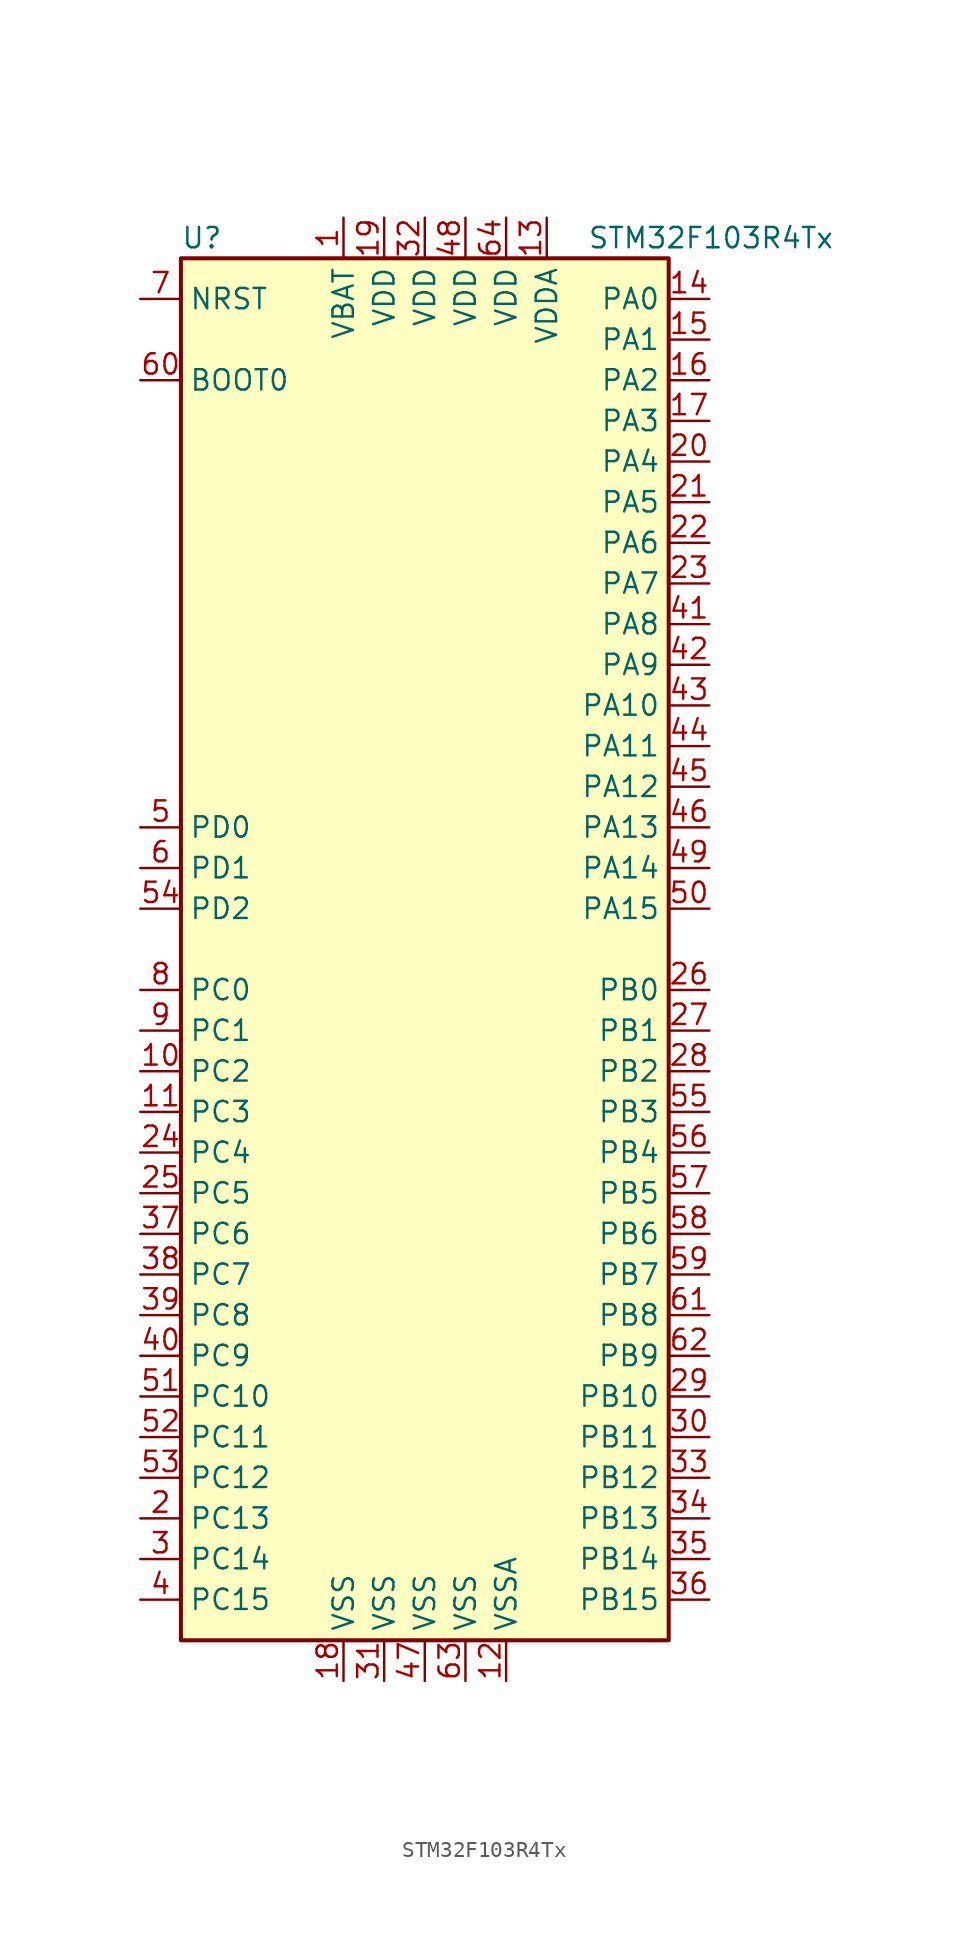
<source format=kicad_sym>
(kicad_symbol_lib
  (version 20201005)
  (generator kicad_symbol_editor)
  (symbol "STM32F103R4Tx"
    (property "Reference" "U"
      (at -15.24 44.45 0)
      (effects (font (size 1.27 1.27)) (justify left)))
    (property "Value" "STM32F103R4Tx"
      (at 10.16 44.45 0)
      (effects (font (size 1.27 1.27)) (justify left)))
    (symbol "STM32F103R4Tx_0_1"
      (rectangle (start -15.24 -43.18) (end 15.24 43.18) (stroke (width 0.254)) (fill (type background))))
    (symbol "STM32F103R4Tx_1_1"
      (pin input line (at -17.78 35.56 0) (length 2.54) (name "BOOT0" (effects (font (size 1.27 1.27)))) (number "60" (effects (font (size 1.27 1.27)))))
      (pin input line (at -17.78 40.64 0) (length 2.54) (name "NRST" (effects (font (size 1.27 1.27)))) (number "7" (effects (font (size 1.27 1.27)))))
      (pin bidirectional line (at 17.78 40.64 180) (length 2.54) (name "PA0" (effects (font (size 1.27 1.27)))) (number "14" (effects (font (size 1.27 1.27)))))
      (pin bidirectional line (at 17.78 38.1 180) (length 2.54) (name "PA1" (effects (font (size 1.27 1.27)))) (number "15" (effects (font (size 1.27 1.27)))))
      (pin bidirectional line (at 17.78 15.24 180) (length 2.54) (name "PA10" (effects (font (size 1.27 1.27)))) (number "43" (effects (font (size 1.27 1.27)))))
      (pin bidirectional line (at 17.78 12.7 180) (length 2.54) (name "PA11" (effects (font (size 1.27 1.27)))) (number "44" (effects (font (size 1.27 1.27)))))
      (pin bidirectional line (at 17.78 10.16 180) (length 2.54) (name "PA12" (effects (font (size 1.27 1.27)))) (number "45" (effects (font (size 1.27 1.27)))))
      (pin bidirectional line (at 17.78 7.62 180) (length 2.54) (name "PA13" (effects (font (size 1.27 1.27)))) (number "46" (effects (font (size 1.27 1.27)))))
      (pin bidirectional line (at 17.78 5.08 180) (length 2.54) (name "PA14" (effects (font (size 1.27 1.27)))) (number "49" (effects (font (size 1.27 1.27)))))
      (pin bidirectional line (at 17.78 2.54 180) (length 2.54) (name "PA15" (effects (font (size 1.27 1.27)))) (number "50" (effects (font (size 1.27 1.27)))))
      (pin bidirectional line (at 17.78 35.56 180) (length 2.54) (name "PA2" (effects (font (size 1.27 1.27)))) (number "16" (effects (font (size 1.27 1.27)))))
      (pin bidirectional line (at 17.78 33.02 180) (length 2.54) (name "PA3" (effects (font (size 1.27 1.27)))) (number "17" (effects (font (size 1.27 1.27)))))
      (pin bidirectional line (at 17.78 30.48 180) (length 2.54) (name "PA4" (effects (font (size 1.27 1.27)))) (number "20" (effects (font (size 1.27 1.27)))))
      (pin bidirectional line (at 17.78 27.94 180) (length 2.54) (name "PA5" (effects (font (size 1.27 1.27)))) (number "21" (effects (font (size 1.27 1.27)))))
      (pin bidirectional line (at 17.78 25.4 180) (length 2.54) (name "PA6" (effects (font (size 1.27 1.27)))) (number "22" (effects (font (size 1.27 1.27)))))
      (pin bidirectional line (at 17.78 22.86 180) (length 2.54) (name "PA7" (effects (font (size 1.27 1.27)))) (number "23" (effects (font (size 1.27 1.27)))))
      (pin bidirectional line (at 17.78 20.32 180) (length 2.54) (name "PA8" (effects (font (size 1.27 1.27)))) (number "41" (effects (font (size 1.27 1.27)))))
      (pin bidirectional line (at 17.78 17.78 180) (length 2.54) (name "PA9" (effects (font (size 1.27 1.27)))) (number "42" (effects (font (size 1.27 1.27)))))
      (pin bidirectional line (at 17.78 -2.54 180) (length 2.54) (name "PB0" (effects (font (size 1.27 1.27)))) (number "26" (effects (font (size 1.27 1.27)))))
      (pin bidirectional line (at 17.78 -5.08 180) (length 2.54) (name "PB1" (effects (font (size 1.27 1.27)))) (number "27" (effects (font (size 1.27 1.27)))))
      (pin bidirectional line (at 17.78 -27.94 180) (length 2.54) (name "PB10" (effects (font (size 1.27 1.27)))) (number "29" (effects (font (size 1.27 1.27)))))
      (pin bidirectional line (at 17.78 -30.48 180) (length 2.54) (name "PB11" (effects (font (size 1.27 1.27)))) (number "30" (effects (font (size 1.27 1.27)))))
      (pin bidirectional line (at 17.78 -33.02 180) (length 2.54) (name "PB12" (effects (font (size 1.27 1.27)))) (number "33" (effects (font (size 1.27 1.27)))))
      (pin bidirectional line (at 17.78 -35.56 180) (length 2.54) (name "PB13" (effects (font (size 1.27 1.27)))) (number "34" (effects (font (size 1.27 1.27)))))
      (pin bidirectional line (at 17.78 -38.1 180) (length 2.54) (name "PB14" (effects (font (size 1.27 1.27)))) (number "35" (effects (font (size 1.27 1.27)))))
      (pin bidirectional line (at 17.78 -40.64 180) (length 2.54) (name "PB15" (effects (font (size 1.27 1.27)))) (number "36" (effects (font (size 1.27 1.27)))))
      (pin bidirectional line (at 17.78 -7.62 180) (length 2.54) (name "PB2" (effects (font (size 1.27 1.27)))) (number "28" (effects (font (size 1.27 1.27)))))
      (pin bidirectional line (at 17.78 -10.16 180) (length 2.54) (name "PB3" (effects (font (size 1.27 1.27)))) (number "55" (effects (font (size 1.27 1.27)))))
      (pin bidirectional line (at 17.78 -12.7 180) (length 2.54) (name "PB4" (effects (font (size 1.27 1.27)))) (number "56" (effects (font (size 1.27 1.27)))))
      (pin bidirectional line (at 17.78 -15.24 180) (length 2.54) (name "PB5" (effects (font (size 1.27 1.27)))) (number "57" (effects (font (size 1.27 1.27)))))
      (pin bidirectional line (at 17.78 -17.78 180) (length 2.54) (name "PB6" (effects (font (size 1.27 1.27)))) (number "58" (effects (font (size 1.27 1.27)))))
      (pin bidirectional line (at 17.78 -20.32 180) (length 2.54) (name "PB7" (effects (font (size 1.27 1.27)))) (number "59" (effects (font (size 1.27 1.27)))))
      (pin bidirectional line (at 17.78 -22.86 180) (length 2.54) (name "PB8" (effects (font (size 1.27 1.27)))) (number "61" (effects (font (size 1.27 1.27)))))
      (pin bidirectional line (at 17.78 -25.4 180) (length 2.54) (name "PB9" (effects (font (size 1.27 1.27)))) (number "62" (effects (font (size 1.27 1.27)))))
      (pin bidirectional line (at -17.78 -2.54 0) (length 2.54) (name "PC0" (effects (font (size 1.27 1.27)))) (number "8" (effects (font (size 1.27 1.27)))))
      (pin bidirectional line (at -17.78 -5.08 0) (length 2.54) (name "PC1" (effects (font (size 1.27 1.27)))) (number "9" (effects (font (size 1.27 1.27)))))
      (pin bidirectional line (at -17.78 -27.94 0) (length 2.54) (name "PC10" (effects (font (size 1.27 1.27)))) (number "51" (effects (font (size 1.27 1.27)))))
      (pin bidirectional line (at -17.78 -30.48 0) (length 2.54) (name "PC11" (effects (font (size 1.27 1.27)))) (number "52" (effects (font (size 1.27 1.27)))))
      (pin bidirectional line (at -17.78 -33.02 0) (length 2.54) (name "PC12" (effects (font (size 1.27 1.27)))) (number "53" (effects (font (size 1.27 1.27)))))
      (pin bidirectional line (at -17.78 -35.56 0) (length 2.54) (name "PC13" (effects (font (size 1.27 1.27)))) (number "2" (effects (font (size 1.27 1.27)))))
      (pin bidirectional line (at -17.78 -38.1 0) (length 2.54) (name "PC14" (effects (font (size 1.27 1.27)))) (number "3" (effects (font (size 1.27 1.27)))))
      (pin bidirectional line (at -17.78 -40.64 0) (length 2.54) (name "PC15" (effects (font (size 1.27 1.27)))) (number "4" (effects (font (size 1.27 1.27)))))
      (pin bidirectional line (at -17.78 -7.62 0) (length 2.54) (name "PC2" (effects (font (size 1.27 1.27)))) (number "10" (effects (font (size 1.27 1.27)))))
      (pin bidirectional line (at -17.78 -10.16 0) (length 2.54) (name "PC3" (effects (font (size 1.27 1.27)))) (number "11" (effects (font (size 1.27 1.27)))))
      (pin bidirectional line (at -17.78 -12.7 0) (length 2.54) (name "PC4" (effects (font (size 1.27 1.27)))) (number "24" (effects (font (size 1.27 1.27)))))
      (pin bidirectional line (at -17.78 -15.24 0) (length 2.54) (name "PC5" (effects (font (size 1.27 1.27)))) (number "25" (effects (font (size 1.27 1.27)))))
      (pin bidirectional line (at -17.78 -17.78 0) (length 2.54) (name "PC6" (effects (font (size 1.27 1.27)))) (number "37" (effects (font (size 1.27 1.27)))))
      (pin bidirectional line (at -17.78 -20.32 0) (length 2.54) (name "PC7" (effects (font (size 1.27 1.27)))) (number "38" (effects (font (size 1.27 1.27)))))
      (pin bidirectional line (at -17.78 -22.86 0) (length 2.54) (name "PC8" (effects (font (size 1.27 1.27)))) (number "39" (effects (font (size 1.27 1.27)))))
      (pin bidirectional line (at -17.78 -25.4 0) (length 2.54) (name "PC9" (effects (font (size 1.27 1.27)))) (number "40" (effects (font (size 1.27 1.27)))))
      (pin input line (at -17.78 7.62 0) (length 2.54) (name "PD0" (effects (font (size 1.27 1.27)))) (number "5" (effects (font (size 1.27 1.27)))))
      (pin input line (at -17.78 5.08 0) (length 2.54) (name "PD1" (effects (font (size 1.27 1.27)))) (number "6" (effects (font (size 1.27 1.27)))))
      (pin bidirectional line (at -17.78 2.54 0) (length 2.54) (name "PD2" (effects (font (size 1.27 1.27)))) (number "54" (effects (font (size 1.27 1.27)))))
      (pin power_in line (at -5.08 45.72 270) (length 2.54) (name "VBAT" (effects (font (size 1.27 1.27)))) (number "1" (effects (font (size 1.27 1.27)))))
      (pin power_in line (at -2.54 45.72 270) (length 2.54) (name "VDD" (effects (font (size 1.27 1.27)))) (number "19" (effects (font (size 1.27 1.27)))))
      (pin power_in line (at 0 45.72 270) (length 2.54) (name "VDD" (effects (font (size 1.27 1.27)))) (number "32" (effects (font (size 1.27 1.27)))))
      (pin power_in line (at 2.54 45.72 270) (length 2.54) (name "VDD" (effects (font (size 1.27 1.27)))) (number "48" (effects (font (size 1.27 1.27)))))
      (pin power_in line (at 5.08 45.72 270) (length 2.54) (name "VDD" (effects (font (size 1.27 1.27)))) (number "64" (effects (font (size 1.27 1.27)))))
      (pin power_in line (at 7.62 45.72 270) (length 2.54) (name "VDDA" (effects (font (size 1.27 1.27)))) (number "13" (effects (font (size 1.27 1.27)))))
      (pin power_in line (at -5.08 -45.72 90) (length 2.54) (name "VSS" (effects (font (size 1.27 1.27)))) (number "18" (effects (font (size 1.27 1.27)))))
      (pin power_in line (at -2.54 -45.72 90) (length 2.54) (name "VSS" (effects (font (size 1.27 1.27)))) (number "31" (effects (font (size 1.27 1.27)))))
      (pin power_in line (at 0 -45.72 90) (length 2.54) (name "VSS" (effects (font (size 1.27 1.27)))) (number "47" (effects (font (size 1.27 1.27)))))
      (pin power_in line (at 2.54 -45.72 90) (length 2.54) (name "VSS" (effects (font (size 1.27 1.27)))) (number "63" (effects (font (size 1.27 1.27)))))
      (pin power_in line (at 5.08 -45.72 90) (length 2.54) (name "VSSA" (effects (font (size 1.27 1.27)))) (number "12" (effects (font (size 1.27 1.27))))))))
</source>
